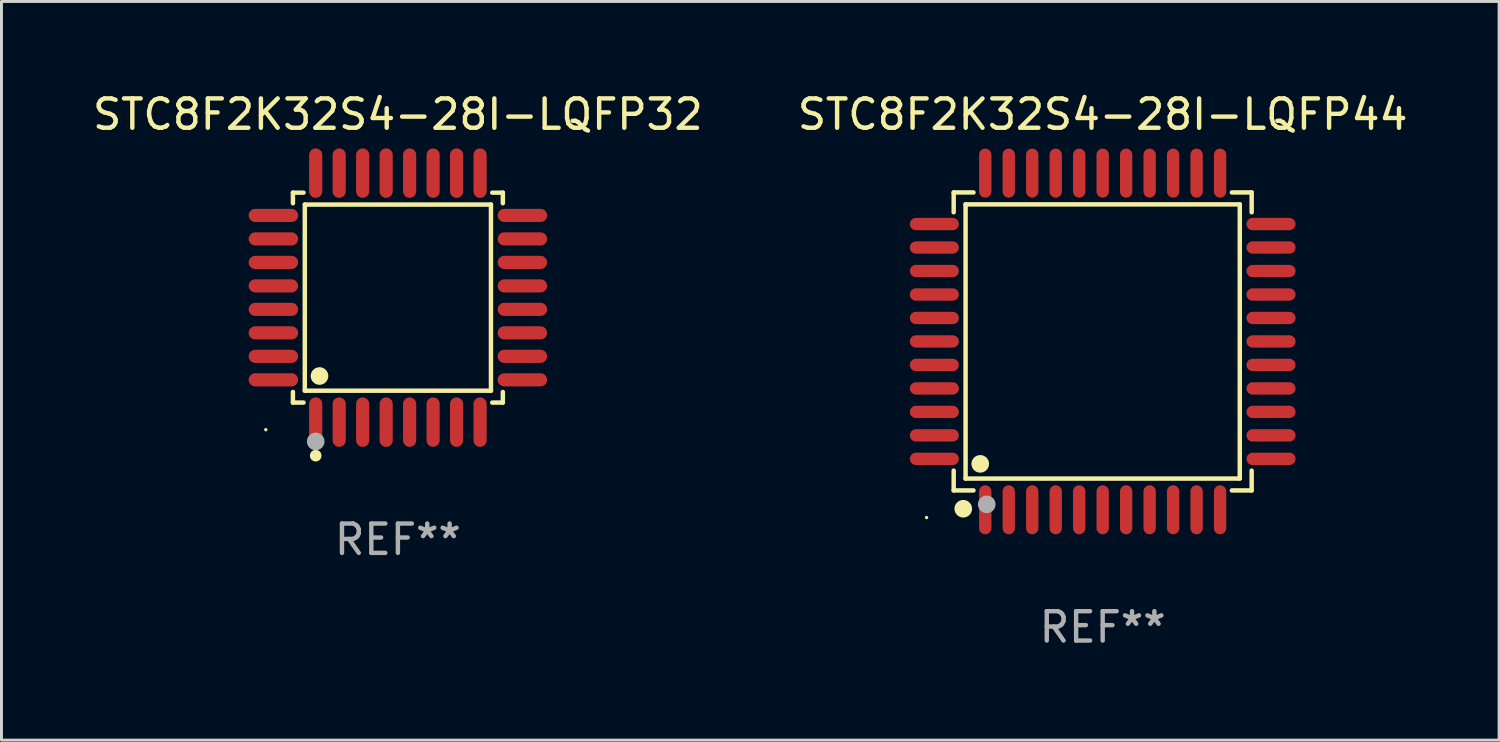
<source format=kicad_pcb>
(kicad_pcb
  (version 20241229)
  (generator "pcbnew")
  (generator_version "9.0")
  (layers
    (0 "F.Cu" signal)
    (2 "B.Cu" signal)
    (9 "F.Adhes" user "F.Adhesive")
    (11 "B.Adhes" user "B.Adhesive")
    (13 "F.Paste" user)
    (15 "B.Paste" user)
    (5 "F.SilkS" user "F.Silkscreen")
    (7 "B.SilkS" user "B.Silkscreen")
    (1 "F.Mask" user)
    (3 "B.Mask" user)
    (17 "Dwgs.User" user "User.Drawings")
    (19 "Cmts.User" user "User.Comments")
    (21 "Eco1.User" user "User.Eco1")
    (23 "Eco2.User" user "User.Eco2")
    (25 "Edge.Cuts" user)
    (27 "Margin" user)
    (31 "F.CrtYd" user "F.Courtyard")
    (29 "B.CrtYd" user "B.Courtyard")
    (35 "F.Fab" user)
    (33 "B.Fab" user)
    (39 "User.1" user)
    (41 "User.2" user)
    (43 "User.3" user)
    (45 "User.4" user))
  (footprint "STC8F2K32S4-28I-LQFP32"
    (layer "F.Cu")
    (at 10.506 7.09)
    (property "Reference" "STC8F2K32S4-28I-LQFP32" (at 0 -6.242 0) (layer "F.SilkS") (effects (font (size 1 1) (thickness 0.15))))
    (attr through_hole)
    (fp_line (start -3.576 -3.576) (end -3.215 -3.576) (stroke (width 0.152) (type solid)) (layer "F.SilkS"))
    (fp_line (start -3.576 -3.215) (end -3.576 -3.576) (stroke (width 0.152) (type solid)) (layer "F.SilkS"))
    (fp_line (start -3.576 3.215) (end -3.576 3.576) (stroke (width 0.152) (type solid)) (layer "F.SilkS"))
    (fp_line (start -3.576 3.576) (end -3.215 3.576) (stroke (width 0.152) (type solid)) (layer "F.SilkS"))
    (fp_line (start -3.171 -3.171) (end 3.171 -3.171) (stroke (width 0.152) (type solid)) (layer "F.SilkS"))
    (fp_line (start -3.171 3.171) (end -3.171 -3.171) (stroke (width 0.152) (type solid)) (layer "F.SilkS"))
    (fp_line (start 3.171 -3.171) (end 3.171 3.171) (stroke (width 0.152) (type solid)) (layer "F.SilkS"))
    (fp_line (start 3.171 3.171) (end -3.171 3.171) (stroke (width 0.152) (type solid)) (layer "F.SilkS"))
    (fp_line (start 3.576 -3.576) (end 3.215 -3.576) (stroke (width 0.152) (type solid)) (layer "F.SilkS"))
    (fp_line (start 3.576 -3.215) (end 3.576 -3.576) (stroke (width 0.152) (type solid)) (layer "F.SilkS"))
    (fp_line (start 3.576 3.215) (end 3.576 3.576) (stroke (width 0.152) (type solid)) (layer "F.SilkS"))
    (fp_line (start 3.576 3.576) (end 3.215 3.576) (stroke (width 0.152) (type solid)) (layer "F.SilkS"))
    (fp_circle (center -4.5 4.5) (end -4.47 4.5) (stroke (width 0.06) (type solid)) (fill no) (layer "F.SilkS"))
    (fp_circle (center -2.8 5.384) (end -2.7 5.384) (stroke (width 0.2) (type solid)) (fill no) (layer "F.SilkS"))
    (fp_circle (center -2.671 2.671) (end -2.521 2.671) (stroke (width 0.3) (type solid)) (fill no) (layer "F.SilkS"))
    (fp_circle (center -2.8 4.9) (end -2.65 4.9) (stroke (width 0.3) (type solid)) (fill no) (layer "F.Fab"))
    (fp_text user "REF**" (at 0 8.242 0) (layer "F.Fab") (effects (font (size 1 1) (thickness 0.15))))
    (pad "1" smd oval (at -2.8 4.242) (size 0.448 1.684) (layers "F.Cu" "F.Mask" "F.Paste"))
    (pad "2" smd oval (at -2 4.242) (size 0.448 1.684) (layers "F.Cu" "F.Mask" "F.Paste"))
    (pad "3" smd oval (at -1.2 4.242) (size 0.448 1.684) (layers "F.Cu" "F.Mask" "F.Paste"))
    (pad "4" smd oval (at -0.4 4.242) (size 0.448 1.684) (layers "F.Cu" "F.Mask" "F.Paste"))
    (pad "5" smd oval (at 0.4 4.242) (size 0.448 1.684) (layers "F.Cu" "F.Mask" "F.Paste"))
    (pad "6" smd oval (at 1.2 4.242) (size 0.448 1.684) (layers "F.Cu" "F.Mask" "F.Paste"))
    (pad "7" smd oval (at 2 4.242) (size 0.448 1.684) (layers "F.Cu" "F.Mask" "F.Paste"))
    (pad "8" smd oval (at 2.8 4.242) (size 0.448 1.684) (layers "F.Cu" "F.Mask" "F.Paste"))
    (pad "9" smd oval (at 4.242 2.8) (size 1.684 0.448) (layers "F.Cu" "F.Mask" "F.Paste"))
    (pad "10" smd oval (at 4.242 2) (size 1.684 0.448) (layers "F.Cu" "F.Mask" "F.Paste"))
    (pad "11" smd oval (at 4.242 1.2) (size 1.684 0.448) (layers "F.Cu" "F.Mask" "F.Paste"))
    (pad "12" smd oval (at 4.242 0.4) (size 1.684 0.448) (layers "F.Cu" "F.Mask" "F.Paste"))
    (pad "13" smd oval (at 4.242 -0.4) (size 1.684 0.448) (layers "F.Cu" "F.Mask" "F.Paste"))
    (pad "14" smd oval (at 4.242 -1.2) (size 1.684 0.448) (layers "F.Cu" "F.Mask" "F.Paste"))
    (pad "15" smd oval (at 4.242 -2) (size 1.684 0.448) (layers "F.Cu" "F.Mask" "F.Paste"))
    (pad "16" smd oval (at 4.242 -2.8) (size 1.684 0.448) (layers "F.Cu" "F.Mask" "F.Paste"))
    (pad "17" smd oval (at 2.8 -4.242) (size 0.448 1.684) (layers "F.Cu" "F.Mask" "F.Paste"))
    (pad "18" smd oval (at 2 -4.242) (size 0.448 1.684) (layers "F.Cu" "F.Mask" "F.Paste"))
    (pad "19" smd oval (at 1.2 -4.242) (size 0.448 1.684) (layers "F.Cu" "F.Mask" "F.Paste"))
    (pad "20" smd oval (at 0.4 -4.242) (size 0.448 1.684) (layers "F.Cu" "F.Mask" "F.Paste"))
    (pad "21" smd oval (at -0.4 -4.242) (size 0.448 1.684) (layers "F.Cu" "F.Mask" "F.Paste"))
    (pad "22" smd oval (at -1.2 -4.242) (size 0.448 1.684) (layers "F.Cu" "F.Mask" "F.Paste"))
    (pad "23" smd oval (at -2 -4.242) (size 0.448 1.684) (layers "F.Cu" "F.Mask" "F.Paste"))
    (pad "24" smd oval (at -2.8 -4.242) (size 0.448 1.684) (layers "F.Cu" "F.Mask" "F.Paste"))
    (pad "25" smd oval (at -4.242 -2.8) (size 1.684 0.448) (layers "F.Cu" "F.Mask" "F.Paste"))
    (pad "26" smd oval (at -4.242 -2) (size 1.684 0.448) (layers "F.Cu" "F.Mask" "F.Paste"))
    (pad "27" smd oval (at -4.242 -1.2) (size 1.684 0.448) (layers "F.Cu" "F.Mask" "F.Paste"))
    (pad "28" smd oval (at -4.242 -0.4) (size 1.684 0.448) (layers "F.Cu" "F.Mask" "F.Paste"))
    (pad "29" smd oval (at -4.242 0.4) (size 1.684 0.448) (layers "F.Cu" "F.Mask" "F.Paste"))
    (pad "30" smd oval (at -4.242 1.2) (size 1.684 0.448) (layers "F.Cu" "F.Mask" "F.Paste"))
    (pad "31" smd oval (at -4.242 2) (size 1.684 0.448) (layers "F.Cu" "F.Mask" "F.Paste"))
    (pad "32" smd oval (at -4.242 2.8) (size 1.684 0.448) (layers "F.Cu" "F.Mask" "F.Paste")))
  (footprint "STC8F2K32S4-28I-LQFP44"
    (layer "F.Cu")
    (at 34.518 8.583)
    (property "Reference" "STC8F2K32S4-28I-LQFP44" (at 0 -7.735 0) (layer "F.SilkS") (effects (font (size 1 1) (thickness 0.15))))
    (attr through_hole)
    (fp_line (start -5.076 -5.076) (end -4.401 -5.076) (stroke (width 0.152) (type solid)) (layer "F.SilkS"))
    (fp_line (start -5.076 -4.401) (end -5.076 -5.076) (stroke (width 0.152) (type solid)) (layer "F.SilkS"))
    (fp_line (start -5.076 4.401) (end -5.076 5.076) (stroke (width 0.152) (type solid)) (layer "F.SilkS"))
    (fp_line (start -5.076 5.076) (end -4.401 5.076) (stroke (width 0.152) (type solid)) (layer "F.SilkS"))
    (fp_line (start -4.671 -4.671) (end 4.671 -4.671) (stroke (width 0.152) (type solid)) (layer "F.SilkS"))
    (fp_line (start -4.671 4.671) (end -4.671 -4.671) (stroke (width 0.152) (type solid)) (layer "F.SilkS"))
    (fp_line (start 4.671 -4.671) (end 4.671 4.671) (stroke (width 0.152) (type solid)) (layer "F.SilkS"))
    (fp_line (start 4.671 4.671) (end -4.671 4.671) (stroke (width 0.152) (type solid)) (layer "F.SilkS"))
    (fp_line (start 5.076 -5.076) (end 4.401 -5.076) (stroke (width 0.152) (type solid)) (layer "F.SilkS"))
    (fp_line (start 5.076 -4.401) (end 5.076 -5.076) (stroke (width 0.152) (type solid)) (layer "F.SilkS"))
    (fp_line (start 5.076 4.401) (end 5.076 5.076) (stroke (width 0.152) (type solid)) (layer "F.SilkS"))
    (fp_line (start 5.076 5.076) (end 4.401 5.076) (stroke (width 0.152) (type solid)) (layer "F.SilkS"))
    (fp_circle (center -6 6) (end -5.97 6) (stroke (width 0.06) (type solid)) (fill no) (layer "F.SilkS"))
    (fp_circle (center -4.75 5.7) (end -4.6 5.7) (stroke (width 0.3) (type solid)) (fill no) (layer "F.SilkS"))
    (fp_circle (center -4.171 4.171) (end -4.021 4.171) (stroke (width 0.3) (type solid)) (fill no) (layer "F.SilkS"))
    (fp_circle (center -3.95 5.55) (end -3.8 5.55) (stroke (width 0.3) (type solid)) (fill no) (layer "F.Fab"))
    (fp_text user "REF**" (at 0 9.735 0) (layer "F.Fab") (effects (font (size 1 1) (thickness 0.15))))
    (pad "1" smd oval (at -4 5.735) (size 0.42 1.67) (layers "F.Cu" "F.Mask" "F.Paste"))
    (pad "2" smd oval (at -3.2 5.735) (size 0.42 1.67) (layers "F.Cu" "F.Mask" "F.Paste"))
    (pad "3" smd oval (at -2.4 5.735) (size 0.42 1.67) (layers "F.Cu" "F.Mask" "F.Paste"))
    (pad "4" smd oval (at -1.6 5.735) (size 0.42 1.67) (layers "F.Cu" "F.Mask" "F.Paste"))
    (pad "5" smd oval (at -0.8 5.735) (size 0.42 1.67) (layers "F.Cu" "F.Mask" "F.Paste"))
    (pad "6" smd oval (at 0 5.735) (size 0.42 1.67) (layers "F.Cu" "F.Mask" "F.Paste"))
    (pad "7" smd oval (at 0.8 5.735) (size 0.42 1.67) (layers "F.Cu" "F.Mask" "F.Paste"))
    (pad "8" smd oval (at 1.6 5.735) (size 0.42 1.67) (layers "F.Cu" "F.Mask" "F.Paste"))
    (pad "9" smd oval (at 2.4 5.735) (size 0.42 1.67) (layers "F.Cu" "F.Mask" "F.Paste"))
    (pad "10" smd oval (at 3.2 5.735) (size 0.42 1.67) (layers "F.Cu" "F.Mask" "F.Paste"))
    (pad "11" smd oval (at 4 5.735) (size 0.42 1.67) (layers "F.Cu" "F.Mask" "F.Paste"))
    (pad "12" smd oval (at 5.735 4) (size 1.67 0.42) (layers "F.Cu" "F.Mask" "F.Paste"))
    (pad "13" smd oval (at 5.735 3.2) (size 1.67 0.42) (layers "F.Cu" "F.Mask" "F.Paste"))
    (pad "14" smd oval (at 5.735 2.4) (size 1.67 0.42) (layers "F.Cu" "F.Mask" "F.Paste"))
    (pad "15" smd oval (at 5.735 1.6) (size 1.67 0.42) (layers "F.Cu" "F.Mask" "F.Paste"))
    (pad "16" smd oval (at 5.735 0.8) (size 1.67 0.42) (layers "F.Cu" "F.Mask" "F.Paste"))
    (pad "17" smd oval (at 5.735 0) (size 1.67 0.42) (layers "F.Cu" "F.Mask" "F.Paste"))
    (pad "18" smd oval (at 5.735 -0.8) (size 1.67 0.42) (layers "F.Cu" "F.Mask" "F.Paste"))
    (pad "19" smd oval (at 5.735 -1.6) (size 1.67 0.42) (layers "F.Cu" "F.Mask" "F.Paste"))
    (pad "20" smd oval (at 5.735 -2.4) (size 1.67 0.42) (layers "F.Cu" "F.Mask" "F.Paste"))
    (pad "21" smd oval (at 5.735 -3.2) (size 1.67 0.42) (layers "F.Cu" "F.Mask" "F.Paste"))
    (pad "22" smd oval (at 5.735 -4) (size 1.67 0.42) (layers "F.Cu" "F.Mask" "F.Paste"))
    (pad "23" smd oval (at 4 -5.735) (size 0.42 1.67) (layers "F.Cu" "F.Mask" "F.Paste"))
    (pad "24" smd oval (at 3.2 -5.735) (size 0.42 1.67) (layers "F.Cu" "F.Mask" "F.Paste"))
    (pad "25" smd oval (at 2.4 -5.735) (size 0.42 1.67) (layers "F.Cu" "F.Mask" "F.Paste"))
    (pad "26" smd oval (at 1.6 -5.735) (size 0.42 1.67) (layers "F.Cu" "F.Mask" "F.Paste"))
    (pad "27" smd oval (at 0.8 -5.735) (size 0.42 1.67) (layers "F.Cu" "F.Mask" "F.Paste"))
    (pad "28" smd oval (at 0 -5.735) (size 0.42 1.67) (layers "F.Cu" "F.Mask" "F.Paste"))
    (pad "29" smd oval (at -0.8 -5.735) (size 0.42 1.67) (layers "F.Cu" "F.Mask" "F.Paste"))
    (pad "30" smd oval (at -1.6 -5.735) (size 0.42 1.67) (layers "F.Cu" "F.Mask" "F.Paste"))
    (pad "31" smd oval (at -2.4 -5.735) (size 0.42 1.67) (layers "F.Cu" "F.Mask" "F.Paste"))
    (pad "32" smd oval (at -3.2 -5.735) (size 0.42 1.67) (layers "F.Cu" "F.Mask" "F.Paste"))
    (pad "33" smd oval (at -4 -5.735) (size 0.42 1.67) (layers "F.Cu" "F.Mask" "F.Paste"))
    (pad "34" smd oval (at -5.735 -4) (size 1.67 0.42) (layers "F.Cu" "F.Mask" "F.Paste"))
    (pad "35" smd oval (at -5.735 -3.2) (size 1.67 0.42) (layers "F.Cu" "F.Mask" "F.Paste"))
    (pad "36" smd oval (at -5.735 -2.4) (size 1.67 0.42) (layers "F.Cu" "F.Mask" "F.Paste"))
    (pad "37" smd oval (at -5.735 -1.6) (size 1.67 0.42) (layers "F.Cu" "F.Mask" "F.Paste"))
    (pad "38" smd oval (at -5.735 -0.8) (size 1.67 0.42) (layers "F.Cu" "F.Mask" "F.Paste"))
    (pad "39" smd oval (at -5.735 0) (size 1.67 0.42) (layers "F.Cu" "F.Mask" "F.Paste"))
    (pad "40" smd oval (at -5.735 0.8) (size 1.67 0.42) (layers "F.Cu" "F.Mask" "F.Paste"))
    (pad "41" smd oval (at -5.735 1.6) (size 1.67 0.42) (layers "F.Cu" "F.Mask" "F.Paste"))
    (pad "42" smd oval (at -5.735 2.4) (size 1.67 0.42) (layers "F.Cu" "F.Mask" "F.Paste"))
    (pad "43" smd oval (at -5.735 3.2) (size 1.67 0.42) (layers "F.Cu" "F.Mask" "F.Paste"))
    (pad "44" smd oval (at -5.735 4) (size 1.67 0.42) (layers "F.Cu" "F.Mask" "F.Paste")))
  (gr_rect
    (start -3 -3)
    (end 48.024 22.167)
    (stroke (width 0.1) (type default))
    (fill no)
    (layer "Edge.Cuts")))
</source>
